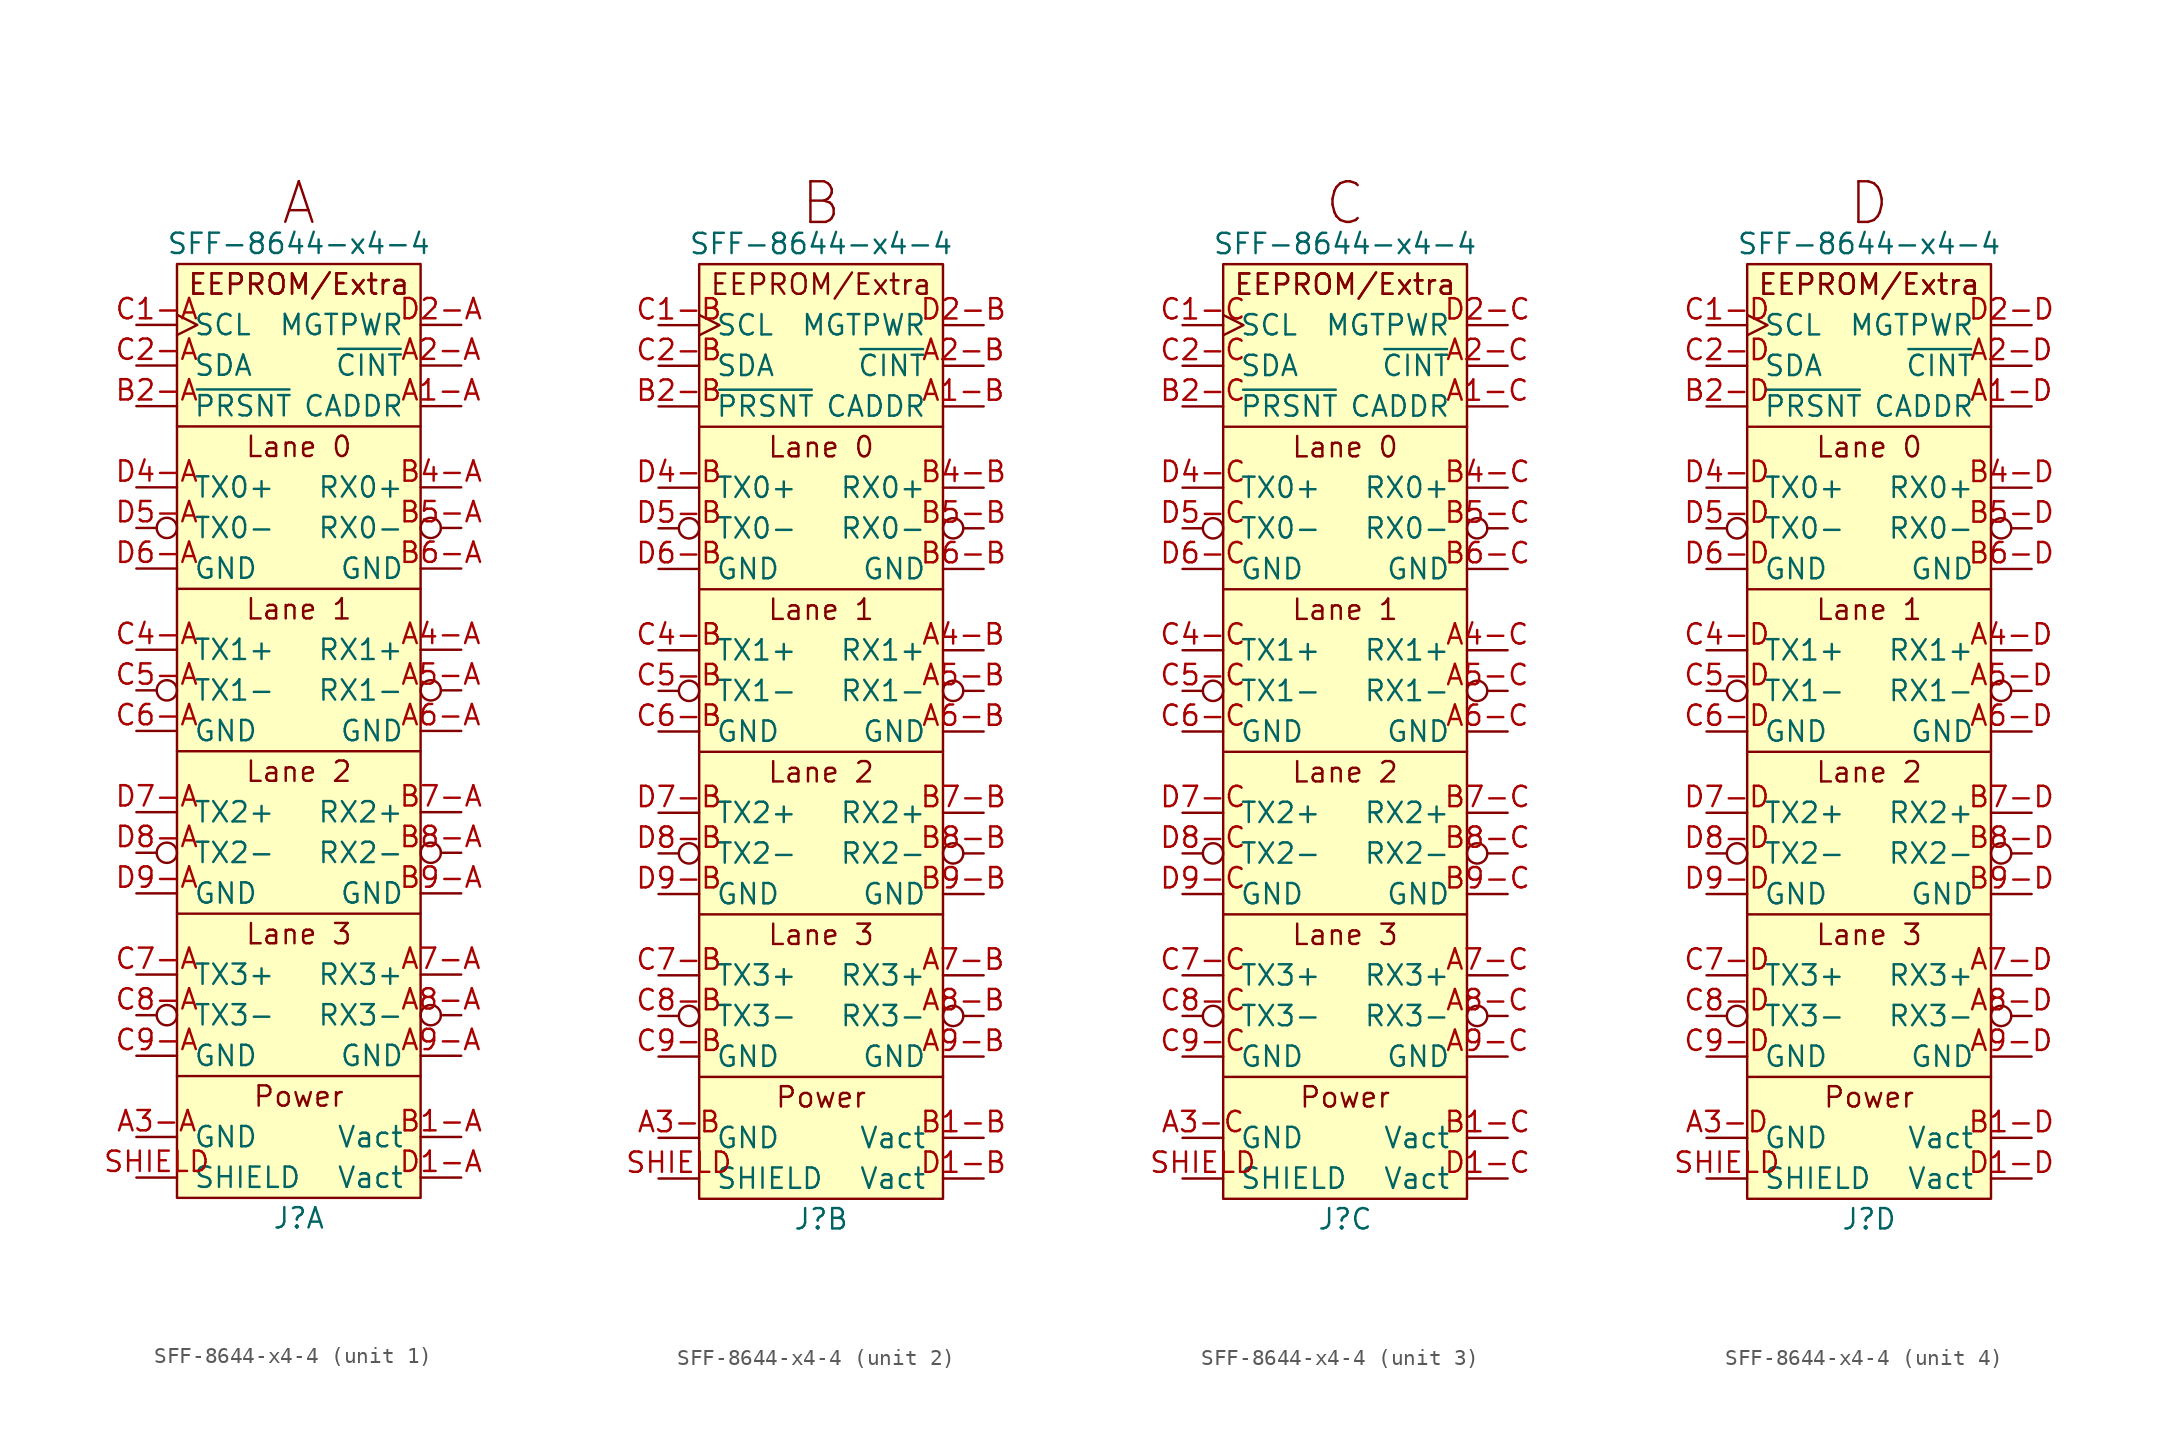
<source format=kicad_sym>
(kicad_symbol_lib
  (version 20201005)
  (generator kicad_symbol_editor)
  (symbol "lethalbit-pcie:SFF-8644-x4-4"
    (pin_names
      (offset 1.016))
    (property "Reference" "J"
      (at 0 -33.02 0)
      (effects (font (size 1.27 1.27))))
    (property "Value" "SFF-8644-x4-4"
      (at 0 27.94 0)
      (effects (font (size 1.27 1.27))))
    (property "ki_locked" ""
      (at 0 0 0)
      (effects (font (size 1.27 1.27))))
    (symbol "SFF-8644-x4-4_0_0"
      (text "EEPROM/Extra" (at 0 25.4 0) (effects (font (size 1.27 1.27))))
      (text "Lane 0" (at 0 15.24 0) (effects (font (size 1.27 1.27))))
      (text "Lane 1" (at 0 5.08 0) (effects (font (size 1.27 1.27))))
      (text "Lane 2" (at 0 -5.08 0) (effects (font (size 1.27 1.27))))
      (text "Lane 3" (at 0 -15.24 0) (effects (font (size 1.27 1.27))))
      (text "Power" (at 0 -25.4 0) (effects (font (size 1.27 1.27))))
      (polyline (pts (xy -7.62 -13.97) (xy 7.62 -13.97)) (stroke (width 0)) (fill (type none))))
    (symbol "SFF-8644-x4-4_0_1"
      (rectangle (start -7.62 26.67) (end 7.62 -31.75) (stroke (width 0)) (fill (type background))))
    (symbol "SFF-8644-x4-4_1_0"
      (text "A" (at 0 30.48 0) (effects (font (size 2.54 2.54)))))
    (symbol "SFF-8644-x4-4_1_1"
      (text "EEPROM/Extra" (at 0 25.4 0) (effects (font (size 1.27 1.27))))
      (polyline (pts (xy -7.62 -3.81) (xy 7.62 -3.81)) (stroke (width 0)) (fill (type none)))
      (polyline (pts (xy -7.62 6.35) (xy 7.62 6.35)) (stroke (width 0)) (fill (type none)))
      (polyline (pts (xy -7.62 16.51) (xy 7.62 16.51)) (stroke (width 0)) (fill (type none)))
      (polyline (pts (xy 7.62 -24.13) (xy -7.62 -24.13)) (stroke (width 0)) (fill (type none)))
      (pin input line (at 10.16 17.78 180) (length 2.54) (name "CADDR" (effects (font (size 1.27 1.27)))) (number "A1-A" (effects (font (size 1.27 1.27)))))
      (pin passive line (at 10.16 20.32 180) (length 2.54) (name "~CINT" (effects (font (size 1.27 1.27)))) (number "A2-A" (effects (font (size 1.27 1.27)))))
      (pin passive line (at -10.16 -27.94 0) (length 2.54) (name "GND" (effects (font (size 1.27 1.27)))) (number "A3-A" (effects (font (size 1.27 1.27)))))
      (pin output line (at 10.16 2.54 180) (length 2.54) (name "RX1+" (effects (font (size 1.27 1.27)))) (number "A4-A" (effects (font (size 1.27 1.27)))))
      (pin output inverted (at 10.16 0 180) (length 2.54) (name "RX1-" (effects (font (size 1.27 1.27)))) (number "A5-A" (effects (font (size 1.27 1.27)))))
      (pin passive line (at 10.16 -2.54 180) (length 2.54) (name "GND" (effects (font (size 1.27 1.27)))) (number "A6-A" (effects (font (size 1.27 1.27)))))
      (pin output line (at 10.16 -17.78 180) (length 2.54) (name "RX3+" (effects (font (size 1.27 1.27)))) (number "A7-A" (effects (font (size 1.27 1.27)))))
      (pin output inverted (at 10.16 -20.32 180) (length 2.54) (name "RX3-" (effects (font (size 1.27 1.27)))) (number "A8-A" (effects (font (size 1.27 1.27)))))
      (pin passive line (at 10.16 -22.86 180) (length 2.54) (name "GND" (effects (font (size 1.27 1.27)))) (number "A9-A" (effects (font (size 1.27 1.27)))))
      (pin passive line (at -10.16 17.78 0) (length 2.54) (name "~PRSNT" (effects (font (size 1.27 1.27)))) (number "B2-A" (effects (font (size 1.27 1.27)))))
      (pin passive line (at -10.16 -27.94 0) (length 2.54) hide (name "GND" (effects (font (size 1.27 1.27)))) (number "B3-A" (effects (font (size 1.27 1.27)))))
      (pin output line (at 10.16 12.7 180) (length 2.54) (name "RX0+" (effects (font (size 1.27 1.27)))) (number "B4-A" (effects (font (size 1.27 1.27)))))
      (pin output inverted (at 10.16 10.16 180) (length 2.54) (name "RX0-" (effects (font (size 1.27 1.27)))) (number "B5-A" (effects (font (size 1.27 1.27)))))
      (pin passive line (at 10.16 7.62 180) (length 2.54) (name "GND" (effects (font (size 1.27 1.27)))) (number "B6-A" (effects (font (size 1.27 1.27)))))
      (pin output line (at 10.16 -7.62 180) (length 2.54) (name "RX2+" (effects (font (size 1.27 1.27)))) (number "B7-A" (effects (font (size 1.27 1.27)))))
      (pin output inverted (at 10.16 -10.16 180) (length 2.54) (name "RX2-" (effects (font (size 1.27 1.27)))) (number "B8-A" (effects (font (size 1.27 1.27)))))
      (pin passive line (at 10.16 -12.7 180) (length 2.54) (name "GND" (effects (font (size 1.27 1.27)))) (number "B9-A" (effects (font (size 1.27 1.27)))))
      (pin input clock (at -10.16 22.86 0) (length 2.54) (name "SCL" (effects (font (size 1.27 1.27)))) (number "C1-A" (effects (font (size 1.27 1.27)))))
      (pin output line (at -10.16 20.32 0) (length 2.54) (name "SDA" (effects (font (size 1.27 1.27)))) (number "C2-A" (effects (font (size 1.27 1.27)))))
      (pin passive line (at -10.16 -27.94 0) (length 2.54) hide (name "GND" (effects (font (size 1.27 1.27)))) (number "C3-A" (effects (font (size 1.27 1.27)))))
      (pin input line (at -10.16 2.54 0) (length 2.54) (name "TX1+" (effects (font (size 1.27 1.27)))) (number "C4-A" (effects (font (size 1.27 1.27)))))
      (pin input inverted (at -10.16 0 0) (length 2.54) (name "TX1-" (effects (font (size 1.27 1.27)))) (number "C5-A" (effects (font (size 1.27 1.27)))))
      (pin passive line (at -10.16 -2.54 0) (length 2.54) (name "GND" (effects (font (size 1.27 1.27)))) (number "C6-A" (effects (font (size 1.27 1.27)))))
      (pin input line (at -10.16 -17.78 0) (length 2.54) (name "TX3+" (effects (font (size 1.27 1.27)))) (number "C7-A" (effects (font (size 1.27 1.27)))))
      (pin input inverted (at -10.16 -20.32 0) (length 2.54) (name "TX3-" (effects (font (size 1.27 1.27)))) (number "C8-A" (effects (font (size 1.27 1.27)))))
      (pin passive line (at -10.16 -22.86 0) (length 2.54) (name "GND" (effects (font (size 1.27 1.27)))) (number "C9-A" (effects (font (size 1.27 1.27)))))
      (pin power_out line (at 10.16 22.86 180) (length 2.54) (name "MGTPWR" (effects (font (size 1.27 1.27)))) (number "D2-A" (effects (font (size 1.27 1.27)))))
      (pin passive line (at -10.16 -27.94 0) (length 2.54) hide (name "GND" (effects (font (size 1.27 1.27)))) (number "D3-A" (effects (font (size 1.27 1.27)))))
      (pin input line (at -10.16 12.7 0) (length 2.54) (name "TX0+" (effects (font (size 1.27 1.27)))) (number "D4-A" (effects (font (size 1.27 1.27)))))
      (pin input inverted (at -10.16 10.16 0) (length 2.54) (name "TX0-" (effects (font (size 1.27 1.27)))) (number "D5-A" (effects (font (size 1.27 1.27)))))
      (pin passive line (at -10.16 7.62 0) (length 2.54) (name "GND" (effects (font (size 1.27 1.27)))) (number "D6-A" (effects (font (size 1.27 1.27)))))
      (pin input line (at -10.16 -7.62 0) (length 2.54) (name "TX2+" (effects (font (size 1.27 1.27)))) (number "D7-A" (effects (font (size 1.27 1.27)))))
      (pin input inverted (at -10.16 -10.16 0) (length 2.54) (name "TX2-" (effects (font (size 1.27 1.27)))) (number "D8-A" (effects (font (size 1.27 1.27)))))
      (pin passive line (at -10.16 -12.7 0) (length 2.54) (name "GND" (effects (font (size 1.27 1.27)))) (number "D9-A" (effects (font (size 1.27 1.27)))))
      (pin passive line (at -10.16 -30.48 0) (length 2.54) (name "SHIELD" (effects (font (size 1.27 1.27)))) (number "SHIELD" (effects (font (size 1.27 1.27)))))
      (pin passive line (at 10.16 -27.94 180) (length 2.54) (name "Vact" (effects (font (size 1.27 1.27)))) (number "B1-A" (effects (font (size 1.27 1.27)))))
      (pin passive line (at 10.16 -30.48 180) (length 2.54) (name "Vact" (effects (font (size 1.27 1.27)))) (number "D1-A" (effects (font (size 1.27 1.27))))))
    (symbol "SFF-8644-x4-4_2_1"
      (text "B" (at 0 30.48 0) (effects (font (size 2.54 2.54))))
      (polyline (pts (xy -7.62 -3.81) (xy 7.62 -3.81)) (stroke (width 0)) (fill (type none)))
      (polyline (pts (xy -7.62 6.35) (xy 7.62 6.35)) (stroke (width 0)) (fill (type none)))
      (polyline (pts (xy -7.62 16.51) (xy 7.62 16.51)) (stroke (width 0)) (fill (type none)))
      (polyline (pts (xy 7.62 -24.13) (xy -7.62 -24.13)) (stroke (width 0)) (fill (type none)))
      (pin input line (at 10.16 17.78 180) (length 2.54) (name "CADDR" (effects (font (size 1.27 1.27)))) (number "A1-B" (effects (font (size 1.27 1.27)))))
      (pin passive line (at 10.16 20.32 180) (length 2.54) (name "~CINT" (effects (font (size 1.27 1.27)))) (number "A2-B" (effects (font (size 1.27 1.27)))))
      (pin passive line (at -10.16 -27.94 0) (length 2.54) (name "GND" (effects (font (size 1.27 1.27)))) (number "A3-B" (effects (font (size 1.27 1.27)))))
      (pin output line (at 10.16 2.54 180) (length 2.54) (name "RX1+" (effects (font (size 1.27 1.27)))) (number "A4-B" (effects (font (size 1.27 1.27)))))
      (pin output inverted (at 10.16 0 180) (length 2.54) (name "RX1-" (effects (font (size 1.27 1.27)))) (number "A5-B" (effects (font (size 1.27 1.27)))))
      (pin passive line (at 10.16 -2.54 180) (length 2.54) (name "GND" (effects (font (size 1.27 1.27)))) (number "A6-B" (effects (font (size 1.27 1.27)))))
      (pin output line (at 10.16 -17.78 180) (length 2.54) (name "RX3+" (effects (font (size 1.27 1.27)))) (number "A7-B" (effects (font (size 1.27 1.27)))))
      (pin output inverted (at 10.16 -20.32 180) (length 2.54) (name "RX3-" (effects (font (size 1.27 1.27)))) (number "A8-B" (effects (font (size 1.27 1.27)))))
      (pin passive line (at 10.16 -22.86 180) (length 2.54) (name "GND" (effects (font (size 1.27 1.27)))) (number "A9-B" (effects (font (size 1.27 1.27)))))
      (pin passive line (at -10.16 17.78 0) (length 2.54) (name "~PRSNT" (effects (font (size 1.27 1.27)))) (number "B2-B" (effects (font (size 1.27 1.27)))))
      (pin passive line (at -10.16 -27.94 0) (length 2.54) hide (name "GND" (effects (font (size 1.27 1.27)))) (number "B3-B" (effects (font (size 1.27 1.27)))))
      (pin output line (at 10.16 12.7 180) (length 2.54) (name "RX0+" (effects (font (size 1.27 1.27)))) (number "B4-B" (effects (font (size 1.27 1.27)))))
      (pin output inverted (at 10.16 10.16 180) (length 2.54) (name "RX0-" (effects (font (size 1.27 1.27)))) (number "B5-B" (effects (font (size 1.27 1.27)))))
      (pin passive line (at 10.16 7.62 180) (length 2.54) (name "GND" (effects (font (size 1.27 1.27)))) (number "B6-B" (effects (font (size 1.27 1.27)))))
      (pin output line (at 10.16 -7.62 180) (length 2.54) (name "RX2+" (effects (font (size 1.27 1.27)))) (number "B7-B" (effects (font (size 1.27 1.27)))))
      (pin output inverted (at 10.16 -10.16 180) (length 2.54) (name "RX2-" (effects (font (size 1.27 1.27)))) (number "B8-B" (effects (font (size 1.27 1.27)))))
      (pin passive line (at 10.16 -12.7 180) (length 2.54) (name "GND" (effects (font (size 1.27 1.27)))) (number "B9-B" (effects (font (size 1.27 1.27)))))
      (pin input clock (at -10.16 22.86 0) (length 2.54) (name "SCL" (effects (font (size 1.27 1.27)))) (number "C1-B" (effects (font (size 1.27 1.27)))))
      (pin output line (at -10.16 20.32 0) (length 2.54) (name "SDA" (effects (font (size 1.27 1.27)))) (number "C2-B" (effects (font (size 1.27 1.27)))))
      (pin passive line (at -10.16 -27.94 0) (length 2.54) hide (name "GND" (effects (font (size 1.27 1.27)))) (number "C3-B" (effects (font (size 1.27 1.27)))))
      (pin input line (at -10.16 2.54 0) (length 2.54) (name "TX1+" (effects (font (size 1.27 1.27)))) (number "C4-B" (effects (font (size 1.27 1.27)))))
      (pin input inverted (at -10.16 0 0) (length 2.54) (name "TX1-" (effects (font (size 1.27 1.27)))) (number "C5-B" (effects (font (size 1.27 1.27)))))
      (pin passive line (at -10.16 -2.54 0) (length 2.54) (name "GND" (effects (font (size 1.27 1.27)))) (number "C6-B" (effects (font (size 1.27 1.27)))))
      (pin input line (at -10.16 -17.78 0) (length 2.54) (name "TX3+" (effects (font (size 1.27 1.27)))) (number "C7-B" (effects (font (size 1.27 1.27)))))
      (pin input inverted (at -10.16 -20.32 0) (length 2.54) (name "TX3-" (effects (font (size 1.27 1.27)))) (number "C8-B" (effects (font (size 1.27 1.27)))))
      (pin passive line (at -10.16 -22.86 0) (length 2.54) (name "GND" (effects (font (size 1.27 1.27)))) (number "C9-B" (effects (font (size 1.27 1.27)))))
      (pin power_in line (at 10.16 22.86 180) (length 2.54) (name "MGTPWR" (effects (font (size 1.27 1.27)))) (number "D2-B" (effects (font (size 1.27 1.27)))))
      (pin passive line (at -10.16 -27.94 0) (length 2.54) hide (name "GND" (effects (font (size 1.27 1.27)))) (number "D3-B" (effects (font (size 1.27 1.27)))))
      (pin input line (at -10.16 12.7 0) (length 2.54) (name "TX0+" (effects (font (size 1.27 1.27)))) (number "D4-B" (effects (font (size 1.27 1.27)))))
      (pin input inverted (at -10.16 10.16 0) (length 2.54) (name "TX0-" (effects (font (size 1.27 1.27)))) (number "D5-B" (effects (font (size 1.27 1.27)))))
      (pin passive line (at -10.16 7.62 0) (length 2.54) (name "GND" (effects (font (size 1.27 1.27)))) (number "D6-B" (effects (font (size 1.27 1.27)))))
      (pin input line (at -10.16 -7.62 0) (length 2.54) (name "TX2+" (effects (font (size 1.27 1.27)))) (number "D7-B" (effects (font (size 1.27 1.27)))))
      (pin input inverted (at -10.16 -10.16 0) (length 2.54) (name "TX2-" (effects (font (size 1.27 1.27)))) (number "D8-B" (effects (font (size 1.27 1.27)))))
      (pin passive line (at -10.16 -12.7 0) (length 2.54) (name "GND" (effects (font (size 1.27 1.27)))) (number "D9-B" (effects (font (size 1.27 1.27)))))
      (pin passive line (at -10.16 -30.48 0) (length 2.54) (name "SHIELD" (effects (font (size 1.27 1.27)))) (number "SHIELD" (effects (font (size 1.27 1.27)))))
      (pin passive line (at 10.16 -27.94 180) (length 2.54) (name "Vact" (effects (font (size 1.27 1.27)))) (number "B1-B" (effects (font (size 1.27 1.27)))))
      (pin passive line (at 10.16 -30.48 180) (length 2.54) (name "Vact" (effects (font (size 1.27 1.27)))) (number "D1-B" (effects (font (size 1.27 1.27))))))
    (symbol "SFF-8644-x4-4_3_0"
      (text "C" (at 0 30.48 0) (effects (font (size 2.54 2.54)))))
    (symbol "SFF-8644-x4-4_3_1"
      (text "EEPROM/Extra" (at 0 25.4 0) (effects (font (size 1.27 1.27))))
      (polyline (pts (xy -7.62 -3.81) (xy 7.62 -3.81)) (stroke (width 0)) (fill (type none)))
      (polyline (pts (xy -7.62 6.35) (xy 7.62 6.35)) (stroke (width 0)) (fill (type none)))
      (polyline (pts (xy -7.62 16.51) (xy 7.62 16.51)) (stroke (width 0)) (fill (type none)))
      (polyline (pts (xy 7.62 -24.13) (xy -7.62 -24.13)) (stroke (width 0)) (fill (type none)))
      (pin input line (at 10.16 17.78 180) (length 2.54) (name "CADDR" (effects (font (size 1.27 1.27)))) (number "A1-C" (effects (font (size 1.27 1.27)))))
      (pin passive line (at 10.16 20.32 180) (length 2.54) (name "~CINT" (effects (font (size 1.27 1.27)))) (number "A2-C" (effects (font (size 1.27 1.27)))))
      (pin passive line (at -10.16 -27.94 0) (length 2.54) (name "GND" (effects (font (size 1.27 1.27)))) (number "A3-C" (effects (font (size 1.27 1.27)))))
      (pin output line (at 10.16 2.54 180) (length 2.54) (name "RX1+" (effects (font (size 1.27 1.27)))) (number "A4-C" (effects (font (size 1.27 1.27)))))
      (pin output inverted (at 10.16 0 180) (length 2.54) (name "RX1-" (effects (font (size 1.27 1.27)))) (number "A5-C" (effects (font (size 1.27 1.27)))))
      (pin passive line (at 10.16 -2.54 180) (length 2.54) (name "GND" (effects (font (size 1.27 1.27)))) (number "A6-C" (effects (font (size 1.27 1.27)))))
      (pin output line (at 10.16 -17.78 180) (length 2.54) (name "RX3+" (effects (font (size 1.27 1.27)))) (number "A7-C" (effects (font (size 1.27 1.27)))))
      (pin output inverted (at 10.16 -20.32 180) (length 2.54) (name "RX3-" (effects (font (size 1.27 1.27)))) (number "A8-C" (effects (font (size 1.27 1.27)))))
      (pin passive line (at 10.16 -22.86 180) (length 2.54) (name "GND" (effects (font (size 1.27 1.27)))) (number "A9-C" (effects (font (size 1.27 1.27)))))
      (pin passive line (at -10.16 17.78 0) (length 2.54) (name "~PRSNT" (effects (font (size 1.27 1.27)))) (number "B2-C" (effects (font (size 1.27 1.27)))))
      (pin passive line (at -10.16 -27.94 0) (length 2.54) hide (name "GND" (effects (font (size 1.27 1.27)))) (number "B3-C" (effects (font (size 1.27 1.27)))))
      (pin output line (at 10.16 12.7 180) (length 2.54) (name "RX0+" (effects (font (size 1.27 1.27)))) (number "B4-C" (effects (font (size 1.27 1.27)))))
      (pin output inverted (at 10.16 10.16 180) (length 2.54) (name "RX0-" (effects (font (size 1.27 1.27)))) (number "B5-C" (effects (font (size 1.27 1.27)))))
      (pin passive line (at 10.16 7.62 180) (length 2.54) (name "GND" (effects (font (size 1.27 1.27)))) (number "B6-C" (effects (font (size 1.27 1.27)))))
      (pin output line (at 10.16 -7.62 180) (length 2.54) (name "RX2+" (effects (font (size 1.27 1.27)))) (number "B7-C" (effects (font (size 1.27 1.27)))))
      (pin output inverted (at 10.16 -10.16 180) (length 2.54) (name "RX2-" (effects (font (size 1.27 1.27)))) (number "B8-C" (effects (font (size 1.27 1.27)))))
      (pin passive line (at 10.16 -12.7 180) (length 2.54) (name "GND" (effects (font (size 1.27 1.27)))) (number "B9-C" (effects (font (size 1.27 1.27)))))
      (pin input clock (at -10.16 22.86 0) (length 2.54) (name "SCL" (effects (font (size 1.27 1.27)))) (number "C1-C" (effects (font (size 1.27 1.27)))))
      (pin output line (at -10.16 20.32 0) (length 2.54) (name "SDA" (effects (font (size 1.27 1.27)))) (number "C2-C" (effects (font (size 1.27 1.27)))))
      (pin passive line (at -10.16 -27.94 0) (length 2.54) hide (name "GND" (effects (font (size 1.27 1.27)))) (number "C3-C" (effects (font (size 1.27 1.27)))))
      (pin input line (at -10.16 2.54 0) (length 2.54) (name "TX1+" (effects (font (size 1.27 1.27)))) (number "C4-C" (effects (font (size 1.27 1.27)))))
      (pin input inverted (at -10.16 0 0) (length 2.54) (name "TX1-" (effects (font (size 1.27 1.27)))) (number "C5-C" (effects (font (size 1.27 1.27)))))
      (pin passive line (at -10.16 -2.54 0) (length 2.54) (name "GND" (effects (font (size 1.27 1.27)))) (number "C6-C" (effects (font (size 1.27 1.27)))))
      (pin input line (at -10.16 -17.78 0) (length 2.54) (name "TX3+" (effects (font (size 1.27 1.27)))) (number "C7-C" (effects (font (size 1.27 1.27)))))
      (pin input inverted (at -10.16 -20.32 0) (length 2.54) (name "TX3-" (effects (font (size 1.27 1.27)))) (number "C8-C" (effects (font (size 1.27 1.27)))))
      (pin passive line (at -10.16 -22.86 0) (length 2.54) (name "GND" (effects (font (size 1.27 1.27)))) (number "C9-C" (effects (font (size 1.27 1.27)))))
      (pin power_out line (at 10.16 22.86 180) (length 2.54) (name "MGTPWR" (effects (font (size 1.27 1.27)))) (number "D2-C" (effects (font (size 1.27 1.27)))))
      (pin passive line (at -10.16 -27.94 0) (length 2.54) hide (name "GND" (effects (font (size 1.27 1.27)))) (number "D3-C" (effects (font (size 1.27 1.27)))))
      (pin input line (at -10.16 12.7 0) (length 2.54) (name "TX0+" (effects (font (size 1.27 1.27)))) (number "D4-C" (effects (font (size 1.27 1.27)))))
      (pin input inverted (at -10.16 10.16 0) (length 2.54) (name "TX0-" (effects (font (size 1.27 1.27)))) (number "D5-C" (effects (font (size 1.27 1.27)))))
      (pin passive line (at -10.16 7.62 0) (length 2.54) (name "GND" (effects (font (size 1.27 1.27)))) (number "D6-C" (effects (font (size 1.27 1.27)))))
      (pin input line (at -10.16 -7.62 0) (length 2.54) (name "TX2+" (effects (font (size 1.27 1.27)))) (number "D7-C" (effects (font (size 1.27 1.27)))))
      (pin input inverted (at -10.16 -10.16 0) (length 2.54) (name "TX2-" (effects (font (size 1.27 1.27)))) (number "D8-C" (effects (font (size 1.27 1.27)))))
      (pin passive line (at -10.16 -12.7 0) (length 2.54) (name "GND" (effects (font (size 1.27 1.27)))) (number "D9-C" (effects (font (size 1.27 1.27)))))
      (pin passive line (at -10.16 -30.48 0) (length 2.54) (name "SHIELD" (effects (font (size 1.27 1.27)))) (number "SHIELD" (effects (font (size 1.27 1.27)))))
      (pin passive line (at 10.16 -27.94 180) (length 2.54) (name "Vact" (effects (font (size 1.27 1.27)))) (number "B1-C" (effects (font (size 1.27 1.27)))))
      (pin passive line (at 10.16 -30.48 180) (length 2.54) (name "Vact" (effects (font (size 1.27 1.27)))) (number "D1-C" (effects (font (size 1.27 1.27))))))
    (symbol "SFF-8644-x4-4_4_0"
      (text "D" (at 0 30.48 0) (effects (font (size 2.54 2.54)))))
    (symbol "SFF-8644-x4-4_4_1"
      (text "EEPROM/Extra" (at 0 25.4 0) (effects (font (size 1.27 1.27))))
      (polyline (pts (xy -7.62 -3.81) (xy 7.62 -3.81)) (stroke (width 0)) (fill (type none)))
      (polyline (pts (xy -7.62 6.35) (xy 7.62 6.35)) (stroke (width 0)) (fill (type none)))
      (polyline (pts (xy -7.62 16.51) (xy 7.62 16.51)) (stroke (width 0)) (fill (type none)))
      (polyline (pts (xy 7.62 -24.13) (xy -7.62 -24.13)) (stroke (width 0)) (fill (type none)))
      (pin input line (at 10.16 17.78 180) (length 2.54) (name "CADDR" (effects (font (size 1.27 1.27)))) (number "A1-D" (effects (font (size 1.27 1.27)))))
      (pin passive line (at 10.16 20.32 180) (length 2.54) (name "~CINT" (effects (font (size 1.27 1.27)))) (number "A2-D" (effects (font (size 1.27 1.27)))))
      (pin passive line (at -10.16 -27.94 0) (length 2.54) (name "GND" (effects (font (size 1.27 1.27)))) (number "A3-D" (effects (font (size 1.27 1.27)))))
      (pin output line (at 10.16 2.54 180) (length 2.54) (name "RX1+" (effects (font (size 1.27 1.27)))) (number "A4-D" (effects (font (size 1.27 1.27)))))
      (pin output inverted (at 10.16 0 180) (length 2.54) (name "RX1-" (effects (font (size 1.27 1.27)))) (number "A5-D" (effects (font (size 1.27 1.27)))))
      (pin passive line (at 10.16 -2.54 180) (length 2.54) (name "GND" (effects (font (size 1.27 1.27)))) (number "A6-D" (effects (font (size 1.27 1.27)))))
      (pin output line (at 10.16 -17.78 180) (length 2.54) (name "RX3+" (effects (font (size 1.27 1.27)))) (number "A7-D" (effects (font (size 1.27 1.27)))))
      (pin output inverted (at 10.16 -20.32 180) (length 2.54) (name "RX3-" (effects (font (size 1.27 1.27)))) (number "A8-D" (effects (font (size 1.27 1.27)))))
      (pin passive line (at 10.16 -22.86 180) (length 2.54) (name "GND" (effects (font (size 1.27 1.27)))) (number "A9-D" (effects (font (size 1.27 1.27)))))
      (pin passive line (at 10.16 -27.94 180) (length 2.54) (name "Vact" (effects (font (size 1.27 1.27)))) (number "B1-D" (effects (font (size 1.27 1.27)))))
      (pin passive line (at -10.16 17.78 0) (length 2.54) (name "~PRSNT" (effects (font (size 1.27 1.27)))) (number "B2-D" (effects (font (size 1.27 1.27)))))
      (pin passive line (at -10.16 -27.94 0) (length 2.54) hide (name "GND" (effects (font (size 1.27 1.27)))) (number "B3-D" (effects (font (size 1.27 1.27)))))
      (pin output line (at 10.16 12.7 180) (length 2.54) (name "RX0+" (effects (font (size 1.27 1.27)))) (number "B4-D" (effects (font (size 1.27 1.27)))))
      (pin output inverted (at 10.16 10.16 180) (length 2.54) (name "RX0-" (effects (font (size 1.27 1.27)))) (number "B5-D" (effects (font (size 1.27 1.27)))))
      (pin passive line (at 10.16 7.62 180) (length 2.54) (name "GND" (effects (font (size 1.27 1.27)))) (number "B6-D" (effects (font (size 1.27 1.27)))))
      (pin output line (at 10.16 -7.62 180) (length 2.54) (name "RX2+" (effects (font (size 1.27 1.27)))) (number "B7-D" (effects (font (size 1.27 1.27)))))
      (pin output inverted (at 10.16 -10.16 180) (length 2.54) (name "RX2-" (effects (font (size 1.27 1.27)))) (number "B8-D" (effects (font (size 1.27 1.27)))))
      (pin passive line (at 10.16 -12.7 180) (length 2.54) (name "GND" (effects (font (size 1.27 1.27)))) (number "B9-D" (effects (font (size 1.27 1.27)))))
      (pin input clock (at -10.16 22.86 0) (length 2.54) (name "SCL" (effects (font (size 1.27 1.27)))) (number "C1-D" (effects (font (size 1.27 1.27)))))
      (pin output line (at -10.16 20.32 0) (length 2.54) (name "SDA" (effects (font (size 1.27 1.27)))) (number "C2-D" (effects (font (size 1.27 1.27)))))
      (pin passive line (at -10.16 -27.94 0) (length 2.54) hide (name "GND" (effects (font (size 1.27 1.27)))) (number "C3-D" (effects (font (size 1.27 1.27)))))
      (pin input line (at -10.16 2.54 0) (length 2.54) (name "TX1+" (effects (font (size 1.27 1.27)))) (number "C4-D" (effects (font (size 1.27 1.27)))))
      (pin input inverted (at -10.16 0 0) (length 2.54) (name "TX1-" (effects (font (size 1.27 1.27)))) (number "C5-D" (effects (font (size 1.27 1.27)))))
      (pin passive line (at -10.16 -2.54 0) (length 2.54) (name "GND" (effects (font (size 1.27 1.27)))) (number "C6-D" (effects (font (size 1.27 1.27)))))
      (pin input line (at -10.16 -17.78 0) (length 2.54) (name "TX3+" (effects (font (size 1.27 1.27)))) (number "C7-D" (effects (font (size 1.27 1.27)))))
      (pin input inverted (at -10.16 -20.32 0) (length 2.54) (name "TX3-" (effects (font (size 1.27 1.27)))) (number "C8-D" (effects (font (size 1.27 1.27)))))
      (pin passive line (at -10.16 -22.86 0) (length 2.54) (name "GND" (effects (font (size 1.27 1.27)))) (number "C9-D" (effects (font (size 1.27 1.27)))))
      (pin passive line (at 10.16 -30.48 180) (length 2.54) (name "Vact" (effects (font (size 1.27 1.27)))) (number "D1-D" (effects (font (size 1.27 1.27)))))
      (pin power_out line (at 10.16 22.86 180) (length 2.54) (name "MGTPWR" (effects (font (size 1.27 1.27)))) (number "D2-D" (effects (font (size 1.27 1.27)))))
      (pin passive line (at -10.16 -27.94 0) (length 2.54) hide (name "GND" (effects (font (size 1.27 1.27)))) (number "D3-D" (effects (font (size 1.27 1.27)))))
      (pin input line (at -10.16 12.7 0) (length 2.54) (name "TX0+" (effects (font (size 1.27 1.27)))) (number "D4-D" (effects (font (size 1.27 1.27)))))
      (pin input inverted (at -10.16 10.16 0) (length 2.54) (name "TX0-" (effects (font (size 1.27 1.27)))) (number "D5-D" (effects (font (size 1.27 1.27)))))
      (pin passive line (at -10.16 7.62 0) (length 2.54) (name "GND" (effects (font (size 1.27 1.27)))) (number "D6-D" (effects (font (size 1.27 1.27)))))
      (pin input line (at -10.16 -7.62 0) (length 2.54) (name "TX2+" (effects (font (size 1.27 1.27)))) (number "D7-D" (effects (font (size 1.27 1.27)))))
      (pin input inverted (at -10.16 -10.16 0) (length 2.54) (name "TX2-" (effects (font (size 1.27 1.27)))) (number "D8-D" (effects (font (size 1.27 1.27)))))
      (pin passive line (at -10.16 -12.7 0) (length 2.54) (name "GND" (effects (font (size 1.27 1.27)))) (number "D9-D" (effects (font (size 1.27 1.27)))))
      (pin passive line (at -10.16 -30.48 0) (length 2.54) (name "SHIELD" (effects (font (size 1.27 1.27)))) (number "SHIELD" (effects (font (size 1.27 1.27))))))))
</source>
